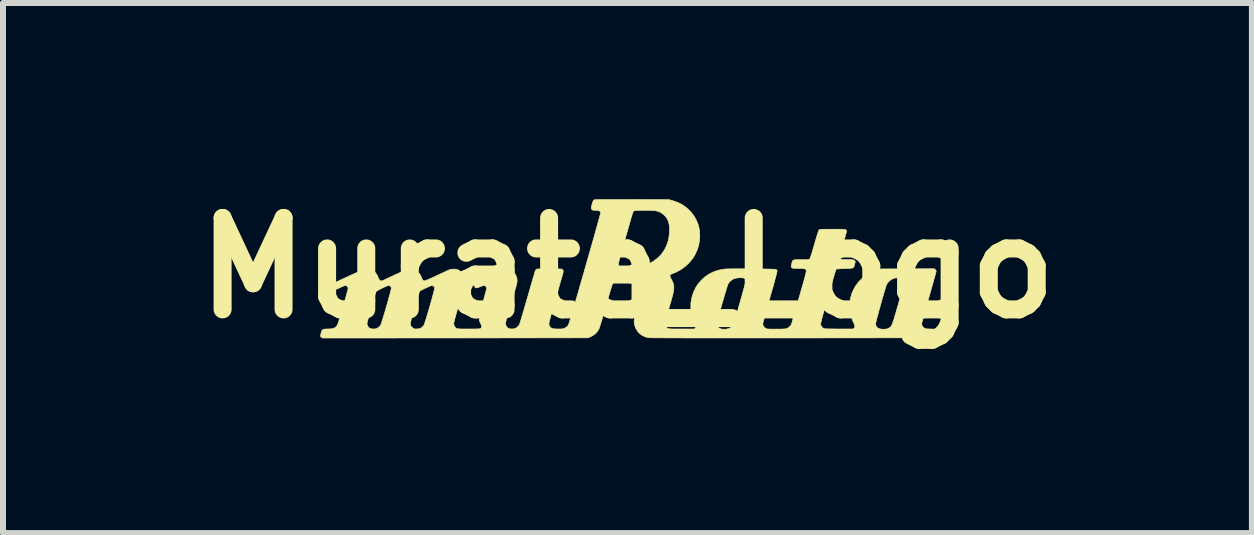
<source format=kicad_pcb>
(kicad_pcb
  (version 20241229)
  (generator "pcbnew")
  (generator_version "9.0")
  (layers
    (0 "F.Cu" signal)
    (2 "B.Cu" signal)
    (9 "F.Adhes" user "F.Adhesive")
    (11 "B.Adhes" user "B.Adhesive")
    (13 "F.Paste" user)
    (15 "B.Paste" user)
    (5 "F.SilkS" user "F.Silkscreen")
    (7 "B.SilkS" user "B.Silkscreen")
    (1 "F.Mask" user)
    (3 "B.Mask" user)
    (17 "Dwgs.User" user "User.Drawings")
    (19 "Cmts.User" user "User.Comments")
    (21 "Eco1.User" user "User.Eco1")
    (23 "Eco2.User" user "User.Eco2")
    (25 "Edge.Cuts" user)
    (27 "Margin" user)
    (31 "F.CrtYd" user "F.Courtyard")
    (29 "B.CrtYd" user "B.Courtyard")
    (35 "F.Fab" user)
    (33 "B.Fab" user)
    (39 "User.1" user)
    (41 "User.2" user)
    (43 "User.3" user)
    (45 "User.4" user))
  (footprint "Murata_Logo"
    (layer "F.Cu")
    (at 7.41 1.418)
    (property "Reference" "Murata_Logo" (at 0 0 0) (layer "F.SilkS") (effects (font (size 1.524 1.524) (thickness 0.3))))
    (attr through_hole)
    (fp_poly (pts (xy -0.241 -1.142) (xy -0.169 -1.142) (xy -0.087 -1.142) (xy 0.006 -1.142) (xy 0.072 -1.142) (xy 0.692 -1.14) (xy 0.753 -1.123) (xy 0.835 -1.095) (xy 0.911 -1.057) (xy 0.98 -1.009) (xy 1.041 -0.953) (xy 1.094 -0.889) (xy 1.138 -0.819) (xy 1.172 -0.741) (xy 1.189 -0.686) (xy 1.202 -0.616) (xy 1.206 -0.54) (xy 1.201 -0.462) (xy 1.188 -0.385) (xy 1.167 -0.313) (xy 1.131 -0.233) (xy 1.086 -0.158) (xy 1.03 -0.09) (xy 0.966 -0.03) (xy 0.895 0.023) (xy 0.816 0.066) (xy 0.762 0.089) (xy 0.741 0.097) (xy 0.724 0.105) (xy 0.715 0.11) (xy 0.708 0.123) (xy 0.711 0.144) (xy 0.722 0.171) (xy 0.731 0.187) (xy 0.754 0.231) (xy 0.767 0.272) (xy 0.773 0.314) (xy 0.772 0.35) (xy 0.771 0.365) (xy 0.769 0.381) (xy 0.765 0.401) (xy 0.76 0.425) (xy 0.753 0.454) (xy 0.743 0.489) (xy 0.731 0.533) (xy 0.716 0.585) (xy 0.698 0.648) (xy 0.696 0.653) (xy 0.681 0.707) (xy 0.666 0.758) (xy 0.653 0.805) (xy 0.642 0.847) (xy 0.633 0.881) (xy 0.627 0.907) (xy 0.623 0.924) (xy 0.623 0.928) (xy 0.629 0.958) (xy 0.645 0.985) (xy 0.667 1.004) (xy 0.672 1.007) (xy 0.679 1.01) (xy 0.688 1.012) (xy 0.7 1.013) (xy 0.717 1.014) (xy 0.74 1.015) (xy 0.77 1.016) (xy 0.809 1.016) (xy 0.857 1.016) (xy 0.902 1.016) (xy 1.118 1.016) (xy 1.13 1) (xy 1.138 0.988) (xy 1.142 0.977) (xy 1.14 0.963) (xy 1.134 0.944) (xy 1.126 0.927) (xy 1.488 0.927) (xy 1.493 0.956) (xy 1.509 0.983) (xy 1.532 1.004) (xy 1.561 1.016) (xy 1.584 1.019) (xy 1.614 1.02) (xy 1.645 1.018) (xy 1.675 1.013) (xy 1.696 1.007) (xy 1.696 1.007) (xy 1.727 0.989) (xy 1.753 0.963) (xy 1.768 0.938) (xy 1.772 0.928) (xy 1.779 0.908) (xy 1.787 0.878) (xy 1.799 0.841) (xy 1.811 0.797) (xy 1.825 0.749) (xy 1.841 0.696) (xy 1.857 0.64) (xy 1.873 0.583) (xy 1.889 0.526) (xy 1.905 0.47) (xy 1.92 0.416) (xy 1.934 0.365) (xy 1.947 0.319) (xy 1.958 0.279) (xy 1.967 0.246) (xy 1.973 0.221) (xy 1.977 0.206) (xy 1.978 0.202) (xy 1.973 0.189) (xy 1.962 0.176) (xy 1.962 0.176) (xy 1.946 0.169) (xy 1.921 0.164) (xy 1.89 0.162) (xy 1.857 0.163) (xy 1.824 0.166) (xy 1.794 0.172) (xy 1.78 0.176) (xy 1.744 0.195) (xy 1.71 0.222) (xy 1.683 0.255) (xy 1.678 0.263) (xy 1.674 0.273) (xy 1.667 0.294) (xy 1.657 0.324) (xy 1.646 0.361) (xy 1.633 0.405) (xy 1.618 0.453) (xy 1.603 0.505) (xy 1.587 0.559) (xy 1.571 0.614) (xy 1.556 0.669) (xy 1.541 0.721) (xy 1.527 0.771) (xy 1.515 0.816) (xy 1.504 0.855) (xy 1.496 0.888) (xy 1.491 0.911) (xy 1.488 0.925) (xy 1.488 0.927) (xy 1.126 0.927) (xy 1.122 0.918) (xy 1.119 0.912) (xy 1.088 0.834) (xy 1.067 0.754) (xy 1.056 0.672) (xy 1.057 0.592) (xy 1.058 0.574) (xy 1.074 0.488) (xy 1.1 0.407) (xy 1.135 0.331) (xy 1.18 0.262) (xy 1.234 0.2) (xy 1.295 0.145) (xy 1.364 0.099) (xy 1.439 0.062) (xy 1.52 0.035) (xy 1.606 0.019) (xy 1.617 0.017) (xy 1.636 0.016) (xy 1.664 0.015) (xy 1.701 0.014) (xy 1.745 0.013) (xy 1.795 0.013) (xy 1.851 0.013) (xy 1.91 0.013) (xy 1.972 0.013) (xy 2.035 0.013) (xy 2.098 0.014) (xy 2.161 0.014) (xy 2.221 0.015) (xy 2.278 0.016) (xy 2.33 0.017) (xy 2.376 0.018) (xy 2.415 0.019) (xy 2.446 0.02) (xy 2.467 0.022) (xy 2.478 0.023) (xy 2.479 0.024) (xy 2.49 0.035) (xy 2.495 0.045) (xy 2.494 0.054) (xy 2.49 0.075) (xy 2.482 0.106) (xy 2.471 0.149) (xy 2.456 0.203) (xy 2.439 0.268) (xy 2.418 0.343) (xy 2.393 0.429) (xy 2.377 0.485) (xy 2.357 0.555) (xy 2.339 0.622) (xy 2.321 0.684) (xy 2.305 0.742) (xy 2.291 0.795) (xy 2.279 0.84) (xy 2.269 0.877) (xy 2.261 0.906) (xy 2.257 0.924) (xy 2.256 0.932) (xy 2.261 0.958) (xy 2.277 0.983) (xy 2.301 1.003) (xy 2.307 1.006) (xy 2.315 1.01) (xy 2.324 1.013) (xy 2.335 1.016) (xy 2.35 1.017) (xy 2.37 1.018) (xy 2.397 1.018) (xy 2.433 1.019) (xy 2.48 1.018) (xy 2.48 1.018) (xy 2.537 1.018) (xy 2.582 1.017) (xy 2.616 1.015) (xy 2.639 1.013) (xy 2.651 1.01) (xy 2.672 1) (xy 2.694 0.984) (xy 2.715 0.965) (xy 2.728 0.948) (xy 2.729 0.947) (xy 2.731 0.94) (xy 2.737 0.921) (xy 2.746 0.893) (xy 2.756 0.856) (xy 2.77 0.811) (xy 2.785 0.759) (xy 2.802 0.701) (xy 2.82 0.638) (xy 2.839 0.571) (xy 2.859 0.5) (xy 2.861 0.493) (xy 2.885 0.41) (xy 2.905 0.338) (xy 2.923 0.276) (xy 2.938 0.223) (xy 2.95 0.179) (xy 2.96 0.142) (xy 2.967 0.112) (xy 2.973 0.089) (xy 2.977 0.071) (xy 2.98 0.057) (xy 2.981 0.048) (xy 2.981 0.041) (xy 2.98 0.037) (xy 2.98 0.037) (xy 2.973 0.026) (xy 2.964 0.018) (xy 2.951 0.013) (xy 2.932 0.009) (xy 2.906 0.007) (xy 2.87 0.006) (xy 2.847 0.006) (xy 2.811 0.006) (xy 2.784 0.005) (xy 2.766 0.004) (xy 2.754 0.002) (xy 2.746 -0.001) (xy 2.741 -0.005) (xy 2.74 -0.006) (xy 2.732 -0.015) (xy 2.729 -0.024) (xy 2.729 -0.036) (xy 2.733 -0.055) (xy 2.738 -0.074) (xy 2.743 -0.095) (xy 2.749 -0.11) (xy 2.755 -0.122) (xy 2.765 -0.13) (xy 2.78 -0.135) (xy 2.801 -0.138) (xy 2.83 -0.139) (xy 2.868 -0.139) (xy 2.898 -0.139) (xy 2.94 -0.139) (xy 2.972 -0.139) (xy 2.995 -0.14) (xy 3.011 -0.141) (xy 3.022 -0.143) (xy 3.029 -0.146) (xy 3.034 -0.149) (xy 3.038 -0.153) (xy 3.042 -0.16) (xy 3.049 -0.174) (xy 3.056 -0.196) (xy 3.066 -0.226) (xy 3.079 -0.266) (xy 3.093 -0.315) (xy 3.111 -0.375) (xy 3.117 -0.396) (xy 3.135 -0.46) (xy 3.151 -0.513) (xy 3.164 -0.555) (xy 3.174 -0.588) (xy 3.183 -0.612) (xy 3.189 -0.628) (xy 3.194 -0.636) (xy 3.194 -0.637) (xy 3.199 -0.639) (xy 3.204 -0.642) (xy 3.214 -0.643) (xy 3.227 -0.645) (xy 3.246 -0.646) (xy 3.272 -0.646) (xy 3.306 -0.647) (xy 3.349 -0.647) (xy 3.402 -0.647) (xy 3.418 -0.647) (xy 3.474 -0.647) (xy 3.519 -0.647) (xy 3.555 -0.647) (xy 3.582 -0.646) (xy 3.602 -0.645) (xy 3.617 -0.644) (xy 3.627 -0.643) (xy 3.633 -0.64) (xy 3.638 -0.638) (xy 3.641 -0.635) (xy 3.65 -0.623) (xy 3.653 -0.614) (xy 3.651 -0.606) (xy 3.647 -0.589) (xy 3.639 -0.562) (xy 3.63 -0.528) (xy 3.619 -0.488) (xy 3.607 -0.444) (xy 3.598 -0.413) (xy 3.585 -0.366) (xy 3.572 -0.321) (xy 3.561 -0.28) (xy 3.552 -0.245) (xy 3.545 -0.217) (xy 3.541 -0.199) (xy 3.54 -0.193) (xy 3.539 -0.175) (xy 3.541 -0.164) (xy 3.55 -0.155) (xy 3.553 -0.152) (xy 3.56 -0.147) (xy 3.568 -0.144) (xy 3.579 -0.141) (xy 3.595 -0.14) (xy 3.617 -0.139) (xy 3.649 -0.139) (xy 3.669 -0.139) (xy 3.706 -0.139) (xy 3.732 -0.139) (xy 3.751 -0.138) (xy 3.763 -0.136) (xy 3.772 -0.133) (xy 3.778 -0.129) (xy 3.783 -0.124) (xy 3.791 -0.116) (xy 3.796 -0.109) (xy 3.797 -0.101) (xy 3.794 -0.087) (xy 3.788 -0.066) (xy 3.786 -0.058) (xy 3.781 -0.039) (xy 3.776 -0.024) (xy 3.769 -0.013) (xy 3.761 -0.005) (xy 3.747 0.00019) (xy 3.729 0.004) (xy 3.702 0.006) (xy 3.667 0.007) (xy 3.621 0.009) (xy 3.621 0.009) (xy 3.57 0.011) (xy 3.532 0.013) (xy 3.504 0.015) (xy 3.486 0.018) (xy 3.479 0.02) (xy 3.477 0.023) (xy 3.475 0.026) (xy 3.472 0.033) (xy 3.469 0.042) (xy 3.465 0.056) (xy 3.459 0.074) (xy 3.452 0.097) (xy 3.444 0.126) (xy 3.433 0.161) (xy 3.421 0.204) (xy 3.407 0.254) (xy 3.39 0.313) (xy 3.37 0.381) (xy 3.348 0.459) (xy 3.323 0.548) (xy 3.307 0.604) (xy 3.288 0.674) (xy 3.271 0.733) (xy 3.257 0.783) (xy 3.246 0.824) (xy 3.237 0.857) (xy 3.231 0.883) (xy 3.226 0.903) (xy 3.223 0.919) (xy 3.221 0.93) (xy 3.221 0.939) (xy 3.222 0.945) (xy 3.223 0.95) (xy 3.234 0.973) (xy 3.253 0.995) (xy 3.273 1.009) (xy 3.277 1.011) (xy 3.286 1.012) (xy 3.305 1.013) (xy 3.334 1.014) (xy 3.371 1.015) (xy 3.415 1.015) (xy 3.463 1.016) (xy 3.516 1.016) (xy 3.529 1.016) (xy 3.767 1.016) (xy 3.779 1) (xy 3.788 0.987) (xy 3.791 0.973) (xy 3.788 0.957) (xy 3.78 0.934) (xy 3.777 0.928) (xy 4.137 0.928) (xy 4.142 0.96) (xy 4.156 0.986) (xy 4.181 1.004) (xy 4.215 1.016) (xy 4.258 1.02) (xy 4.277 1.02) (xy 4.305 1.018) (xy 4.326 1.015) (xy 4.343 1.009) (xy 4.357 1.001) (xy 4.368 0.995) (xy 4.377 0.989) (xy 4.385 0.982) (xy 4.393 0.973) (xy 4.4 0.962) (xy 4.408 0.947) (xy 4.416 0.928) (xy 4.425 0.904) (xy 4.435 0.874) (xy 4.447 0.836) (xy 4.46 0.791) (xy 4.476 0.737) (xy 4.494 0.674) (xy 4.516 0.6) (xy 4.523 0.572) (xy 4.544 0.498) (xy 4.562 0.435) (xy 4.578 0.381) (xy 4.59 0.336) (xy 4.6 0.3) (xy 4.608 0.27) (xy 4.614 0.247) (xy 4.618 0.229) (xy 4.62 0.216) (xy 4.621 0.206) (xy 4.621 0.199) (xy 4.62 0.194) (xy 4.619 0.19) (xy 4.618 0.189) (xy 4.609 0.175) (xy 4.599 0.167) (xy 4.599 0.167) (xy 4.589 0.165) (xy 4.57 0.164) (xy 4.545 0.163) (xy 4.526 0.163) (xy 4.493 0.164) (xy 4.467 0.166) (xy 4.445 0.171) (xy 4.429 0.176) (xy 4.395 0.194) (xy 4.363 0.219) (xy 4.336 0.249) (xy 4.319 0.276) (xy 4.314 0.289) (xy 4.307 0.312) (xy 4.297 0.344) (xy 4.286 0.383) (xy 4.272 0.427) (xy 4.258 0.476) (xy 4.243 0.528) (xy 4.228 0.582) (xy 4.213 0.637) (xy 4.198 0.69) (xy 4.184 0.742) (xy 4.171 0.79) (xy 4.159 0.832) (xy 4.15 0.869) (xy 4.143 0.898) (xy 4.138 0.918) (xy 4.137 0.928) (xy 3.777 0.928) (xy 3.768 0.909) (xy 3.735 0.829) (xy 3.714 0.747) (xy 3.704 0.664) (xy 3.706 0.58) (xy 3.719 0.498) (xy 3.743 0.417) (xy 3.779 0.339) (xy 3.808 0.292) (xy 3.86 0.223) (xy 3.922 0.163) (xy 3.99 0.112) (xy 4.066 0.07) (xy 4.148 0.038) (xy 4.172 0.031) (xy 4.23 0.015) (xy 5.116 0.012) (xy 5.131 0.027) (xy 5.142 0.04) (xy 5.146 0.052) (xy 5.147 0.053) (xy 5.145 0.06) (xy 5.14 0.078) (xy 5.133 0.106) (xy 5.123 0.143) (xy 5.11 0.187) (xy 5.096 0.239) (xy 5.08 0.296) (xy 5.062 0.359) (xy 5.043 0.425) (xy 5.026 0.487) (xy 5.006 0.556) (xy 4.987 0.623) (xy 4.969 0.686) (xy 4.953 0.743) (xy 4.939 0.795) (xy 4.927 0.84) (xy 4.917 0.877) (xy 4.91 0.905) (xy 4.906 0.923) (xy 4.905 0.931) (xy 4.91 0.957) (xy 4.925 0.982) (xy 4.948 1.001) (xy 4.953 1.004) (xy 4.967 1.01) (xy 4.982 1.013) (xy 5.003 1.015) (xy 5.032 1.016) (xy 5.043 1.016) (xy 5.083 1.017) (xy 5.113 1.02) (xy 5.133 1.027) (xy 5.144 1.039) (xy 5.148 1.056) (xy 5.145 1.08) (xy 5.14 1.101) (xy 5.134 1.124) (xy 5.126 1.143) (xy 5.12 1.154) (xy 5.119 1.155) (xy 5.118 1.155) (xy 5.115 1.156) (xy 5.11 1.157) (xy 5.102 1.158) (xy 5.092 1.158) (xy 5.079 1.159) (xy 5.063 1.159) (xy 5.043 1.16) (xy 5.019 1.16) (xy 4.99 1.161) (xy 4.957 1.161) (xy 4.918 1.162) (xy 4.875 1.162) (xy 4.825 1.162) (xy 4.769 1.163) (xy 4.707 1.163) (xy 4.638 1.163) (xy 4.561 1.164) (xy 4.477 1.164) (xy 4.386 1.164) (xy 4.286 1.164) (xy 4.177 1.164) (xy 4.059 1.165) (xy 3.933 1.165) (xy 3.796 1.165) (xy 3.649 1.165) (xy 3.493 1.165) (xy 3.325 1.165) (xy 3.146 1.166) (xy 2.956 1.166) (xy 2.756 1.166) (xy 2.525 1.166) (xy 2.306 1.166) (xy 2.099 1.166) (xy 1.904 1.166) (xy 1.721 1.166) (xy 1.549 1.166) (xy 1.389 1.166) (xy 1.241 1.166) (xy 1.105 1.166) (xy 0.98 1.166) (xy 0.867 1.165) (xy 0.765 1.165) (xy 0.674 1.165) (xy 0.595 1.164) (xy 0.527 1.164) (xy 0.471 1.164) (xy 0.425 1.163) (xy 0.391 1.163) (xy 0.367 1.162) (xy 0.355 1.161) (xy 0.354 1.161) (xy 0.298 1.148) (xy 0.247 1.125) (xy 0.203 1.093) (xy 0.166 1.052) (xy 0.138 1.004) (xy 0.119 0.95) (xy 0.115 0.927) (xy 0.113 0.914) (xy 0.111 0.901) (xy 0.111 0.888) (xy 0.112 0.874) (xy 0.114 0.858) (xy 0.118 0.837) (xy 0.124 0.812) (xy 0.132 0.781) (xy 0.143 0.743) (xy 0.156 0.697) (xy 0.172 0.641) (xy 0.188 0.587) (xy 0.203 0.535) (xy 0.216 0.486) (xy 0.229 0.441) (xy 0.239 0.401) (xy 0.247 0.369) (xy 0.253 0.345) (xy 0.256 0.331) (xy 0.256 0.329) (xy 0.25 0.299) (xy 0.235 0.272) (xy 0.21 0.252) (xy 0.203 0.248) (xy 0.196 0.245) (xy 0.188 0.242) (xy 0.178 0.24) (xy 0.165 0.239) (xy 0.147 0.237) (xy 0.123 0.237) (xy 0.092 0.236) (xy 0.052 0.236) (xy 0.002 0.236) (xy -0.023 0.236) (xy -0.077 0.236) (xy -0.121 0.236) (xy -0.155 0.236) (xy -0.181 0.237) (xy -0.2 0.238) (xy -0.214 0.239) (xy -0.223 0.241) (xy -0.23 0.243) (xy -0.235 0.246) (xy -0.239 0.249) (xy -0.242 0.253) (xy -0.246 0.26) (xy -0.251 0.27) (xy -0.256 0.284) (xy -0.263 0.304) (xy -0.271 0.329) (xy -0.281 0.361) (xy -0.293 0.401) (xy -0.307 0.45) (xy -0.324 0.508) (xy -0.343 0.576) (xy -0.358 0.626) (xy -0.382 0.711) (xy -0.404 0.787) (xy -0.424 0.854) (xy -0.44 0.909) (xy -0.455 0.955) (xy -0.466 0.989) (xy -0.474 1.012) (xy -0.479 1.023) (xy -0.51 1.069) (xy -0.551 1.108) (xy -0.6 1.139) (xy -0.628 1.151) (xy -0.662 1.164) (xy -2.874 1.166) (xy -5.085 1.167) (xy -5.102 1.153) (xy -5.119 1.138) (xy -5.111 1.1) (xy -5.104 1.069) (xy -5.096 1.047) (xy -5.085 1.032) (xy -5.069 1.023) (xy -5.047 1.018) (xy -5.015 1.016) (xy -4.991 1.016) (xy -4.944 1.014) (xy -4.908 1.008) (xy -4.879 0.996) (xy -4.856 0.979) (xy -4.838 0.954) (xy -4.832 0.943) (xy -4.828 0.933) (xy -4.826 0.927) (xy -4.342 0.927) (xy -4.337 0.952) (xy -4.324 0.977) (xy -4.305 0.998) (xy -4.294 1.005) (xy -4.268 1.013) (xy -4.234 1.016) (xy -4.233 1.016) (xy -4.208 1.015) (xy -4.188 1.01) (xy -4.167 1) (xy -4.163 0.998) (xy -4.132 0.974) (xy -4.115 0.953) (xy -4.111 0.942) (xy -4.109 0.937) (xy -3.62 0.937) (xy -3.62 0.937) (xy -3.61 0.966) (xy -3.588 0.991) (xy -3.574 1.003) (xy -3.561 1.01) (xy -3.548 1.014) (xy -3.531 1.016) (xy -3.507 1.015) (xy -3.481 1.013) (xy -3.462 1.009) (xy -3.445 1.002) (xy -3.436 0.996) (xy -3.417 0.981) (xy -3.4 0.962) (xy -3.395 0.956) (xy -3.39 0.945) (xy -3.382 0.924) (xy -3.372 0.894) (xy -3.36 0.857) (xy -3.347 0.814) (xy -3.333 0.766) (xy -3.317 0.715) (xy -3.302 0.663) (xy -3.287 0.609) (xy -3.272 0.557) (xy -3.258 0.506) (xy -3.245 0.459) (xy -3.234 0.417) (xy -3.225 0.381) (xy -3.218 0.353) (xy -3.214 0.333) (xy -3.214 0.324) (xy -3.222 0.31) (xy -3.238 0.298) (xy -3.256 0.291) (xy -3.262 0.29) (xy -3.271 0.293) (xy -3.287 0.3) (xy -3.311 0.31) (xy -3.338 0.322) (xy -3.367 0.335) (xy -3.396 0.349) (xy -3.422 0.362) (xy -3.443 0.372) (xy -3.457 0.38) (xy -3.459 0.382) (xy -3.464 0.389) (xy -3.471 0.407) (xy -3.481 0.434) (xy -3.492 0.469) (xy -3.505 0.509) (xy -3.519 0.554) (xy -3.534 0.602) (xy -3.548 0.652) (xy -3.562 0.701) (xy -3.576 0.75) (xy -3.589 0.796) (xy -3.6 0.838) (xy -3.609 0.875) (xy -3.615 0.904) (xy -3.619 0.926) (xy -3.62 0.937) (xy -4.109 0.937) (xy -4.103 0.92) (xy -4.093 0.89) (xy -4.081 0.853) (xy -4.068 0.809) (xy -4.053 0.761) (xy -4.038 0.71) (xy -4.023 0.657) (xy -4.007 0.604) (xy -3.993 0.552) (xy -3.979 0.502) (xy -3.966 0.456) (xy -3.955 0.416) (xy -3.947 0.382) (xy -3.941 0.356) (xy -3.937 0.34) (xy -3.937 0.336) (xy -3.942 0.315) (xy -3.956 0.3) (xy -3.976 0.292) (xy -3.988 0.292) (xy -4.003 0.297) (xy -4.024 0.305) (xy -4.051 0.317) (xy -4.08 0.331) (xy -4.11 0.345) (xy -4.138 0.36) (xy -4.162 0.373) (xy -4.18 0.384) (xy -4.19 0.392) (xy -4.191 0.393) (xy -4.195 0.403) (xy -4.201 0.423) (xy -4.21 0.452) (xy -4.221 0.487) (xy -4.233 0.529) (xy -4.246 0.574) (xy -4.26 0.622) (xy -4.274 0.671) (xy -4.288 0.72) (xy -4.301 0.767) (xy -4.313 0.81) (xy -4.323 0.849) (xy -4.332 0.882) (xy -4.338 0.907) (xy -4.342 0.922) (xy -4.342 0.927) (xy -4.826 0.927) (xy -4.821 0.913) (xy -4.812 0.883) (xy -4.801 0.846) (xy -4.787 0.803) (xy -4.773 0.754) (xy -4.758 0.703) (xy -4.752 0.68) (xy -4.731 0.61) (xy -4.714 0.55) (xy -4.7 0.5) (xy -4.688 0.459) (xy -4.679 0.425) (xy -4.671 0.399) (xy -4.666 0.379) (xy -4.662 0.363) (xy -4.659 0.352) (xy -4.658 0.344) (xy -4.657 0.338) (xy -4.657 0.334) (xy -4.657 0.333) (xy -4.662 0.318) (xy -4.675 0.303) (xy -4.691 0.293) (xy -4.701 0.29) (xy -4.712 0.293) (xy -4.731 0.3) (xy -4.757 0.31) (xy -4.785 0.323) (xy -4.793 0.327) (xy -4.83 0.344) (xy -4.858 0.355) (xy -4.879 0.361) (xy -4.894 0.362) (xy -4.905 0.357) (xy -4.915 0.347) (xy -4.923 0.332) (xy -4.933 0.306) (xy -4.933 0.286) (xy -4.923 0.27) (xy -4.921 0.268) (xy -4.913 0.263) (xy -4.895 0.254) (xy -4.868 0.24) (xy -4.834 0.224) (xy -4.794 0.204) (xy -4.748 0.183) (xy -4.698 0.16) (xy -4.654 0.139) (xy -4.586 0.108) (xy -4.528 0.082) (xy -4.48 0.061) (xy -4.441 0.044) (xy -4.41 0.032) (xy -4.388 0.023) (xy -4.373 0.019) (xy -4.37 0.019) (xy -4.321 0.018) (xy -4.275 0.028) (xy -4.235 0.049) (xy -4.2 0.079) (xy -4.172 0.119) (xy -4.152 0.166) (xy -4.151 0.168) (xy -4.14 0.193) (xy -4.124 0.209) (xy -4.105 0.216) (xy -4.093 0.214) (xy -4.084 0.211) (xy -4.066 0.203) (xy -4.04 0.191) (xy -4.007 0.175) (xy -3.968 0.157) (xy -3.925 0.137) (xy -3.88 0.116) (xy -3.823 0.09) (xy -3.776 0.068) (xy -3.738 0.051) (xy -3.706 0.038) (xy -3.68 0.028) (xy -3.659 0.022) (xy -3.64 0.018) (xy -3.624 0.017) (xy -3.608 0.017) (xy -3.591 0.019) (xy -3.586 0.02) (xy -3.545 0.032) (xy -3.508 0.054) (xy -3.475 0.085) (xy -3.449 0.122) (xy -3.435 0.154) (xy -3.423 0.184) (xy -3.41 0.203) (xy -3.394 0.212) (xy -3.382 0.214) (xy -3.373 0.211) (xy -3.354 0.204) (xy -3.327 0.193) (xy -3.293 0.178) (xy -3.254 0.161) (xy -3.211 0.141) (xy -3.175 0.124) (xy -3.129 0.103) (xy -3.086 0.083) (xy -3.047 0.065) (xy -3.013 0.049) (xy -2.986 0.037) (xy -2.968 0.029) (xy -2.96 0.026) (xy -2.926 0.019) (xy -2.886 0.018) (xy -2.848 0.023) (xy -2.822 0.032) (xy -2.779 0.058) (xy -2.745 0.09) (xy -2.722 0.129) (xy -2.709 0.173) (xy -2.707 0.206) (xy -2.707 0.216) (xy -2.708 0.228) (xy -2.71 0.242) (xy -2.713 0.258) (xy -2.718 0.279) (xy -2.724 0.304) (xy -2.733 0.336) (xy -2.744 0.374) (xy -2.757 0.421) (xy -2.773 0.477) (xy -2.792 0.543) (xy -2.802 0.577) (xy -2.82 0.638) (xy -2.836 0.696) (xy -2.851 0.75) (xy -2.865 0.799) (xy -2.877 0.842) (xy -2.886 0.877) (xy -2.892 0.903) (xy -2.896 0.92) (xy -2.897 0.925) (xy -2.891 0.955) (xy -2.876 0.983) (xy -2.855 1.002) (xy -2.849 1.006) (xy -2.843 1.009) (xy -2.835 1.011) (xy -2.824 1.013) (xy -2.809 1.014) (xy -2.788 1.015) (xy -2.759 1.016) (xy -2.723 1.016) (xy -2.676 1.016) (xy -2.645 1.016) (xy -2.592 1.016) (xy -2.55 1.016) (xy -2.517 1.015) (xy -2.492 1.015) (xy -2.474 1.014) (xy -2.462 1.012) (xy -2.454 1.011) (xy -2.448 1.008) (xy -2.444 1.005) (xy -2.443 1.004) (xy -2.434 0.988) (xy -2.432 0.967) (xy -2.44 0.941) (xy -2.451 0.918) (xy -2.461 0.898) (xy -2.467 0.881) (xy -2.469 0.863) (xy -2.47 0.839) (xy -2.47 0.829) (xy -2.47 0.814) (xy -2.469 0.8) (xy -2.467 0.784) (xy -2.463 0.766) (xy -2.458 0.744) (xy -2.451 0.716) (xy -2.442 0.681) (xy -2.429 0.638) (xy -2.414 0.585) (xy -2.408 0.564) (xy -2.394 0.514) (xy -2.381 0.468) (xy -2.37 0.427) (xy -2.36 0.391) (xy -2.353 0.363) (xy -2.348 0.344) (xy -2.346 0.335) (xy -2.351 0.319) (xy -2.364 0.303) (xy -2.38 0.293) (xy -2.39 0.29) (xy -2.402 0.293) (xy -2.421 0.299) (xy -2.445 0.307) (xy -2.455 0.312) (xy -2.479 0.321) (xy -2.501 0.328) (xy -2.516 0.332) (xy -2.52 0.333) (xy -2.534 0.327) (xy -2.546 0.313) (xy -2.556 0.294) (xy -2.561 0.273) (xy -2.561 0.254) (xy -2.555 0.242) (xy -2.547 0.237) (xy -2.529 0.227) (xy -2.503 0.214) (xy -2.471 0.198) (xy -2.432 0.18) (xy -2.39 0.16) (xy -2.345 0.14) (xy -2.299 0.119) (xy -2.254 0.098) (xy -2.21 0.078) (xy -2.169 0.06) (xy -2.133 0.045) (xy -2.103 0.032) (xy -2.08 0.023) (xy -2.066 0.018) (xy -2.064 0.018) (xy -2.02 0.014) (xy -1.978 0.022) (xy -1.938 0.039) (xy -1.904 0.064) (xy -1.875 0.097) (xy -1.854 0.135) (xy -1.842 0.179) (xy -1.84 0.197) (xy -1.84 0.208) (xy -1.84 0.219) (xy -1.841 0.231) (xy -1.843 0.246) (xy -1.847 0.265) (xy -1.853 0.288) (xy -1.861 0.318) (xy -1.872 0.355) (xy -1.885 0.401) (xy -1.901 0.457) (xy -1.907 0.478) (xy -1.923 0.534) (xy -1.94 0.59) (xy -1.956 0.644) (xy -1.97 0.695) (xy -1.984 0.739) (xy -1.995 0.777) (xy -2.003 0.804) (xy -2.004 0.807) (xy -2.014 0.842) (xy -2.023 0.874) (xy -2.029 0.901) (xy -2.032 0.921) (xy -2.032 0.925) (xy -2.026 0.958) (xy -2.01 0.985) (xy -1.988 1.004) (xy -1.967 1.012) (xy -1.939 1.016) (xy -1.91 1.015) (xy -1.882 1.011) (xy -1.873 1.008) (xy -1.848 0.993) (xy -1.824 0.973) (xy -1.806 0.951) (xy -1.8 0.942) (xy -1.797 0.933) (xy -1.791 0.913) (xy -1.782 0.884) (xy -1.771 0.846) (xy -1.757 0.8) (xy -1.741 0.748) (xy -1.724 0.689) (xy -1.706 0.626) (xy -1.686 0.558) (xy -1.666 0.49) (xy -1.646 0.42) (xy -1.627 0.352) (xy -1.609 0.289) (xy -1.592 0.231) (xy -1.577 0.179) (xy -1.563 0.134) (xy -1.552 0.097) (xy -1.544 0.068) (xy -1.538 0.05) (xy -1.536 0.042) (xy -1.525 0.027) (xy -1.514 0.019) (xy -1.504 0.017) (xy -1.483 0.015) (xy -1.454 0.014) (xy -1.418 0.013) (xy -1.377 0.012) (xy -1.333 0.012) (xy -1.289 0.012) (xy -1.244 0.012) (xy -1.202 0.013) (xy -1.164 0.014) (xy -1.133 0.015) (xy -1.109 0.016) (xy -1.094 0.018) (xy -1.092 0.019) (xy -1.079 0.028) (xy -1.072 0.042) (xy -1.071 0.063) (xy -1.077 0.091) (xy -1.081 0.106) (xy -1.091 0.14) (xy -1.103 0.182) (xy -1.117 0.23) (xy -1.133 0.285) (xy -1.149 0.343) (xy -1.166 0.403) (xy -1.184 0.465) (xy -1.202 0.527) (xy -1.219 0.587) (xy -1.235 0.645) (xy -1.25 0.699) (xy -1.264 0.747) (xy -1.276 0.789) (xy -1.285 0.822) (xy -1.291 0.846) (xy -1.294 0.856) (xy -1.303 0.892) (xy -1.308 0.919) (xy -1.309 0.939) (xy -1.305 0.955) (xy -1.298 0.969) (xy -1.29 0.98) (xy -1.278 0.993) (xy -1.265 1.003) (xy -1.249 1.01) (xy -1.229 1.013) (xy -1.202 1.015) (xy -1.165 1.016) (xy -1.156 1.016) (xy -1.123 1.016) (xy -1.098 1.015) (xy -1.08 1.014) (xy -1.067 1.011) (xy -1.054 1.006) (xy -1.04 1) (xy -1.04 0.999) (xy -1.01 0.979) (xy -0.99 0.958) (xy -0.987 0.952) (xy -0.983 0.943) (xy -0.978 0.929) (xy -0.971 0.91) (xy -0.964 0.886) (xy -0.954 0.856) (xy -0.943 0.819) (xy -0.93 0.776) (xy -0.915 0.725) (xy -0.897 0.666) (xy -0.878 0.599) (xy -0.856 0.523) (xy -0.831 0.438) (xy -0.804 0.343) (xy -0.774 0.238) (xy -0.74 0.122) (xy -0.71 0.016) (xy -0.69 -0.054) (xy -0.151 -0.054) (xy -0.15 -0.044) (xy -0.148 -0.038) (xy -0.145 -0.033) (xy -0.14 -0.03) (xy -0.134 -0.027) (xy -0.133 -0.026) (xy -0.122 -0.023) (xy -0.101 -0.021) (xy -0.071 -0.02) (xy -0.036 -0.019) (xy 0.003 -0.018) (xy 0.044 -0.018) (xy 0.085 -0.019) (xy 0.123 -0.02) (xy 0.158 -0.021) (xy 0.186 -0.023) (xy 0.198 -0.025) (xy 0.277 -0.042) (xy 0.354 -0.07) (xy 0.426 -0.109) (xy 0.492 -0.157) (xy 0.551 -0.213) (xy 0.571 -0.237) (xy 0.617 -0.304) (xy 0.653 -0.376) (xy 0.679 -0.454) (xy 0.695 -0.539) (xy 0.701 -0.63) (xy 0.701 -0.644) (xy 0.698 -0.706) (xy 0.687 -0.76) (xy 0.669 -0.808) (xy 0.642 -0.849) (xy 0.617 -0.877) (xy 0.575 -0.913) (xy 0.529 -0.938) (xy 0.482 -0.952) (xy 0.465 -0.955) (xy 0.438 -0.957) (xy 0.405 -0.959) (xy 0.366 -0.961) (xy 0.324 -0.962) (xy 0.281 -0.962) (xy 0.239 -0.962) (xy 0.2 -0.961) (xy 0.165 -0.96) (xy 0.138 -0.959) (xy 0.119 -0.956) (xy 0.112 -0.955) (xy 0.099 -0.943) (xy 0.088 -0.923) (xy 0.085 -0.913) (xy 0.079 -0.893) (xy 0.07 -0.862) (xy 0.058 -0.824) (xy 0.045 -0.777) (xy 0.03 -0.724) (xy 0.013 -0.665) (xy -0.005 -0.602) (xy -0.025 -0.535) (xy -0.04 -0.481) (xy -0.063 -0.399) (xy -0.083 -0.328) (xy -0.1 -0.267) (xy -0.115 -0.215) (xy -0.126 -0.172) (xy -0.136 -0.136) (xy -0.143 -0.108) (xy -0.147 -0.085) (xy -0.15 -0.067) (xy -0.151 -0.054) (xy -0.69 -0.054) (xy -0.681 -0.087) (xy -0.652 -0.187) (xy -0.625 -0.283) (xy -0.599 -0.374) (xy -0.574 -0.461) (xy -0.551 -0.542) (xy -0.53 -0.617) (xy -0.511 -0.686) (xy -0.494 -0.746) (xy -0.48 -0.799) (xy -0.467 -0.843) (xy -0.458 -0.878) (xy -0.452 -0.902) (xy -0.448 -0.916) (xy -0.448 -0.919) (xy -0.451 -0.937) (xy -0.464 -0.95) (xy -0.486 -0.958) (xy -0.518 -0.961) (xy -0.529 -0.962) (xy -0.554 -0.962) (xy -0.571 -0.964) (xy -0.581 -0.967) (xy -0.589 -0.973) (xy -0.592 -0.976) (xy -0.599 -0.984) (xy -0.603 -0.992) (xy -0.604 -1.003) (xy -0.602 -1.018) (xy -0.596 -1.041) (xy -0.59 -1.065) (xy -0.579 -1.1) (xy -0.569 -1.123) (xy -0.562 -1.133) (xy -0.559 -1.134) (xy -0.555 -1.136) (xy -0.55 -1.137) (xy -0.542 -1.139) (xy -0.53 -1.14) (xy -0.515 -1.14) (xy -0.496 -1.141) (xy -0.471 -1.142) (xy -0.439 -1.142) (xy -0.402 -1.142) (xy -0.356 -1.142) (xy -0.303 -1.142) (xy -0.241 -1.142)) (stroke (width 0.01) (type solid)) (fill yes) (layer "F.SilkS")))
  (gr_rect
    (start -3 -3)
    (end 17.819 5.836)
    (stroke (width 0.1) (type default))
    (fill no)
    (layer "Edge.Cuts")))
</source>
